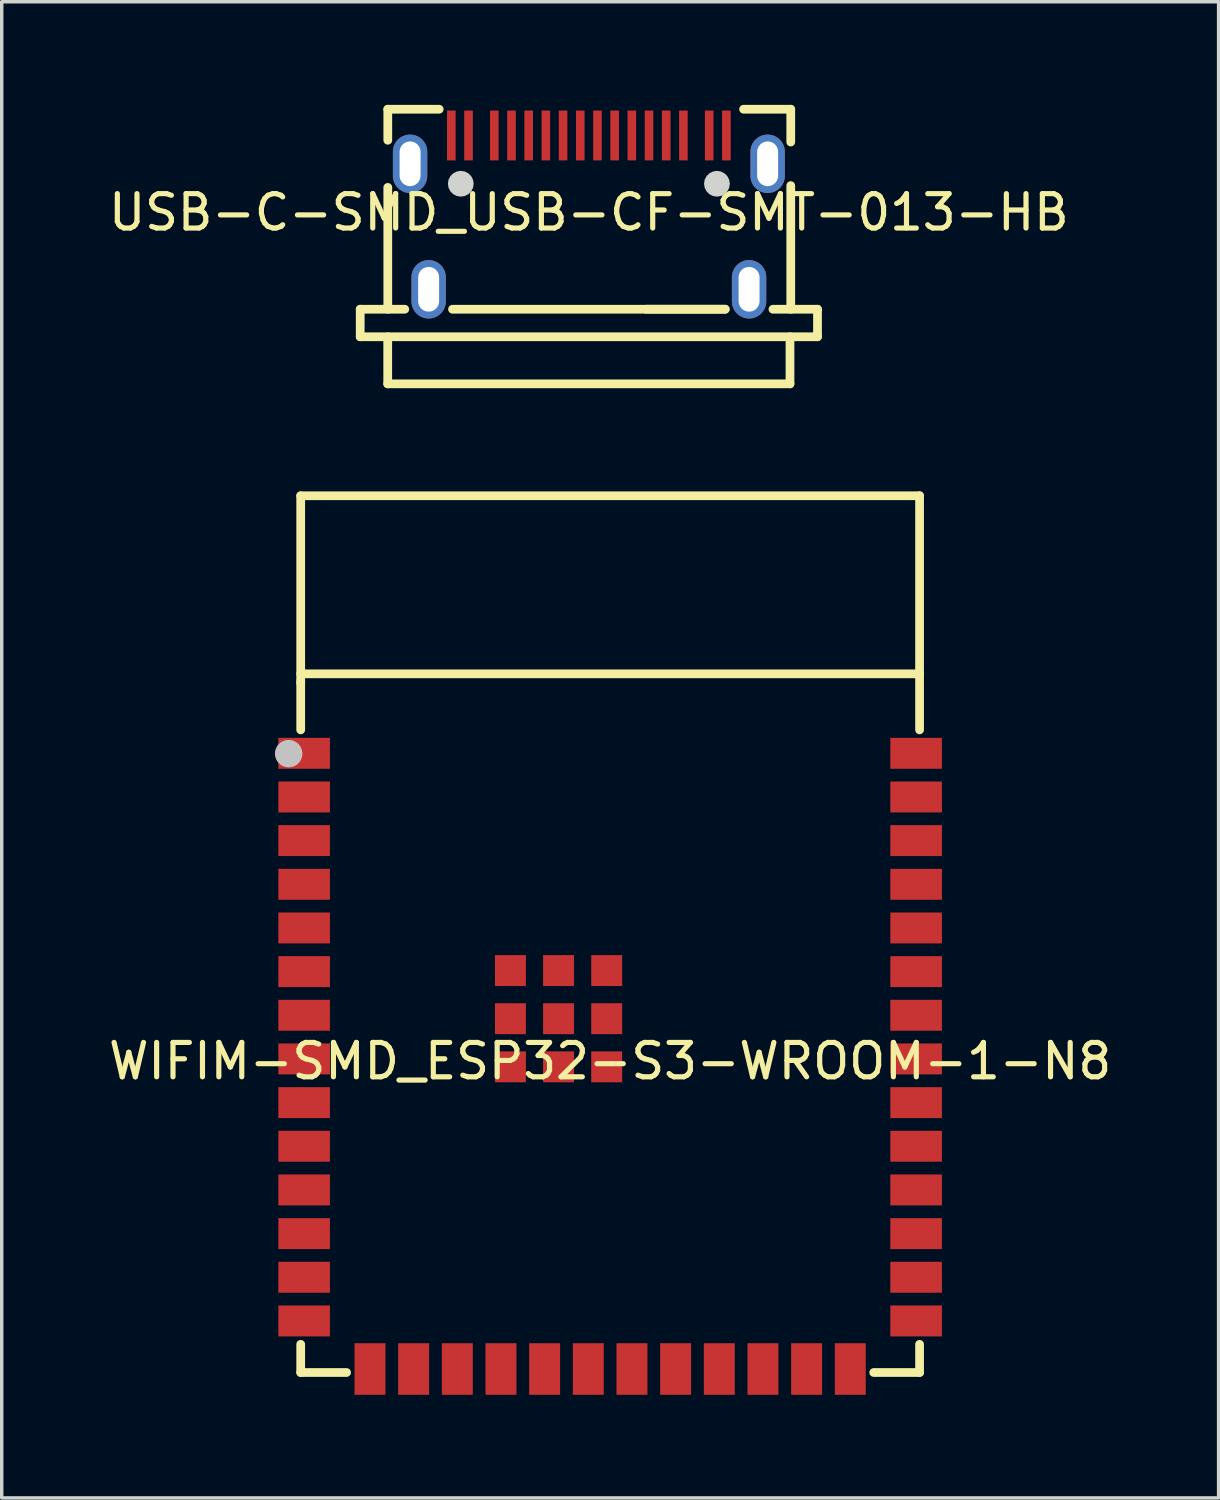
<source format=kicad_pcb>
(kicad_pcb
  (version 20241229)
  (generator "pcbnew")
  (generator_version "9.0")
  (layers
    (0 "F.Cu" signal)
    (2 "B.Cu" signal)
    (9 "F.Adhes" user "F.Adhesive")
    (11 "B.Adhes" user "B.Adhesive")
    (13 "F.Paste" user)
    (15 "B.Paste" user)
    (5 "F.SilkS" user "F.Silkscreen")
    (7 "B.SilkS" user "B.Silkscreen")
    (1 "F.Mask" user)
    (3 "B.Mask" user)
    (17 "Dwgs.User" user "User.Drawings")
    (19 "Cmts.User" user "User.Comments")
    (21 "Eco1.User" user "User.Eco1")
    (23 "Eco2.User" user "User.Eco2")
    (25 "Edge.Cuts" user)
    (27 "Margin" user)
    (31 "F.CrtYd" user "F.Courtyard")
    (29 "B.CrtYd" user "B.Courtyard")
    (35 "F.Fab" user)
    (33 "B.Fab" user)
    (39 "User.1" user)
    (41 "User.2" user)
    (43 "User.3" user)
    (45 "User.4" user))
  (footprint "WIFIM-SMD_ESP32-S3-WROOM-1-N8"
    (layer "F.Cu")
    (at 14.696 27.814)
    (property "Reference" "WIFIM-SMD_ESP32-S3-WROOM-1-N8" (at 0 0 0) (layer "F.SilkS") (effects (font (size 1 1) (thickness 0.15))))
    (fp_line (start -9 -16.445) (end 9 -16.445) (stroke (width 0.254) (type default)) (layer "F.SilkS"))
    (fp_line (start -9 -11.265) (end 9 -11.265) (stroke (width 0.254) (type default)) (layer "F.SilkS"))
    (fp_line (start -9 -10.995) (end -9 -16.445) (stroke (width 0.254) (type default)) (layer "F.SilkS"))
    (fp_line (start -9 -9.636) (end -9 -11.045) (stroke (width 0.254) (type default)) (layer "F.SilkS"))
    (fp_line (start -9 9.055) (end -9 8.236) (stroke (width 0.254) (type default)) (layer "F.SilkS"))
    (fp_line (start -7.666 9.055) (end -9 9.055) (stroke (width 0.254) (type default)) (layer "F.SilkS"))
    (fp_line (start 9 -16.445) (end 9 -9.636) (stroke (width 0.254) (type default)) (layer "F.SilkS"))
    (fp_line (start 9 8.236) (end 9 9.055) (stroke (width 0.254) (type default)) (layer "F.SilkS"))
    (fp_line (start 9 9.055) (end 7.666 9.055) (stroke (width 0.254) (type default)) (layer "F.SilkS"))
    (fp_circle (center -9.35 -8.945) (end -9.15 -8.945) (stroke (width 0.4) (type default)) (fill no) (layer "Dwgs.User"))
    (fp_poly (pts (xy -9 -8.505) (xy -9 -9.405) (xy -8.15 -9.405) (xy -8.15 -8.505)) (stroke (width 0.1) (type default)) (fill no) (layer "User.1"))
    (fp_poly (pts (xy -9 -7.234) (xy -9 -8.134) (xy -8.15 -8.134) (xy -8.15 -7.234)) (stroke (width 0.1) (type default)) (fill no) (layer "User.1"))
    (fp_poly (pts (xy -9 -5.965) (xy -9 -6.864) (xy -8.15 -6.864) (xy -8.15 -5.965)) (stroke (width 0.1) (type default)) (fill no) (layer "User.1"))
    (fp_poly (pts (xy -9 -4.694) (xy -9 -5.595) (xy -8.15 -5.595) (xy -8.15 -4.694)) (stroke (width 0.1) (type default)) (fill no) (layer "User.1"))
    (fp_poly (pts (xy -9 -3.425) (xy -9 -4.324) (xy -8.15 -4.324) (xy -8.15 -3.425)) (stroke (width 0.1) (type default)) (fill no) (layer "User.1"))
    (fp_poly (pts (xy -9 -2.155) (xy -9 -3.054) (xy -8.15 -3.054) (xy -8.15 -2.155)) (stroke (width 0.1) (type default)) (fill no) (layer "User.1"))
    (fp_poly (pts (xy -9 -0.884) (xy -9 -1.784) (xy -8.15 -1.784) (xy -8.15 -0.884)) (stroke (width 0.1) (type default)) (fill no) (layer "User.1"))
    (fp_poly (pts (xy -9 0.386) (xy -9 -0.514) (xy -8.15 -0.514) (xy -8.15 0.386)) (stroke (width 0.1) (type default)) (fill no) (layer "User.1"))
    (fp_poly (pts (xy -9 1.655) (xy -9 0.755) (xy -8.15 0.755) (xy -8.15 1.655)) (stroke (width 0.1) (type default)) (fill no) (layer "User.1"))
    (fp_poly (pts (xy -9 2.925) (xy -9 2.026) (xy -8.15 2.026) (xy -8.15 2.925)) (stroke (width 0.1) (type default)) (fill no) (layer "User.1"))
    (fp_poly (pts (xy -9 4.196) (xy -9 3.296) (xy -8.15 3.296) (xy -8.15 4.196)) (stroke (width 0.1) (type default)) (fill no) (layer "User.1"))
    (fp_poly (pts (xy -9 5.465) (xy -9 4.566) (xy -8.15 4.566) (xy -8.15 5.465)) (stroke (width 0.1) (type default)) (fill no) (layer "User.1"))
    (fp_poly (pts (xy -9 6.736) (xy -9 5.835) (xy -8.15 5.835) (xy -8.15 6.736)) (stroke (width 0.1) (type default)) (fill no) (layer "User.1"))
    (fp_poly (pts (xy -9 8.005) (xy -9 7.106) (xy -8.15 7.106) (xy -8.15 8.005)) (stroke (width 0.1) (type default)) (fill no) (layer "User.1"))
    (fp_poly (pts (xy -7.435 9.055) (xy -7.435 8.205) (xy -6.535 8.205) (xy -6.535 9.055)) (stroke (width 0.1) (type default)) (fill no) (layer "User.1"))
    (fp_poly (pts (xy -6.165 9.055) (xy -6.165 8.205) (xy -5.265 8.205) (xy -5.265 9.055)) (stroke (width 0.1) (type default)) (fill no) (layer "User.1"))
    (fp_poly (pts (xy -4.895 9.055) (xy -4.895 8.205) (xy -3.995 8.205) (xy -3.995 9.055)) (stroke (width 0.1) (type default)) (fill no) (layer "User.1"))
    (fp_poly (pts (xy -3.625 9.055) (xy -3.625 8.205) (xy -2.725 8.205) (xy -2.725 9.055)) (stroke (width 0.1) (type default)) (fill no) (layer "User.1"))
    (fp_poly (pts (xy -3.349 -2.185) (xy -3.349 -3.085) (xy -2.45 -3.085) (xy -2.45 -2.185)) (stroke (width 0.1) (type default)) (fill no) (layer "User.1"))
    (fp_poly (pts (xy -3.349 -0.785) (xy -3.349 -1.685) (xy -2.45 -1.685) (xy -2.45 -0.785)) (stroke (width 0.1) (type default)) (fill no) (layer "User.1"))
    (fp_poly (pts (xy -3.349 0.615) (xy -3.349 -0.285) (xy -2.45 -0.285) (xy -2.45 0.615)) (stroke (width 0.1) (type default)) (fill no) (layer "User.1"))
    (fp_poly (pts (xy -2.355 9.055) (xy -2.355 8.205) (xy -1.455 8.205) (xy -1.455 9.055)) (stroke (width 0.1) (type default)) (fill no) (layer "User.1"))
    (fp_poly (pts (xy -1.95 -2.185) (xy -1.95 -3.085) (xy -1.05 -3.085) (xy -1.05 -2.185)) (stroke (width 0.1) (type default)) (fill no) (layer "User.1"))
    (fp_poly (pts (xy -1.95 -0.785) (xy -1.95 -1.685) (xy -1.05 -1.685) (xy -1.05 -0.785)) (stroke (width 0.1) (type default)) (fill no) (layer "User.1"))
    (fp_poly (pts (xy -1.95 0.615) (xy -1.95 -0.285) (xy -1.05 -0.285) (xy -1.05 0.615)) (stroke (width 0.1) (type default)) (fill no) (layer "User.1"))
    (fp_poly (pts (xy -1.085 9.055) (xy -1.085 8.205) (xy -0.185 8.205) (xy -0.185 9.055)) (stroke (width 0.1) (type default)) (fill no) (layer "User.1"))
    (fp_poly (pts (xy -0.549 -2.185) (xy -0.549 -3.085) (xy 0.35 -3.085) (xy 0.35 -2.185)) (stroke (width 0.1) (type default)) (fill no) (layer "User.1"))
    (fp_poly (pts (xy -0.549 -0.785) (xy -0.549 -1.685) (xy 0.35 -1.685) (xy 0.35 -0.785)) (stroke (width 0.1) (type default)) (fill no) (layer "User.1"))
    (fp_poly (pts (xy -0.549 0.615) (xy -0.549 -0.285) (xy 0.35 -0.285) (xy 0.35 0.615)) (stroke (width 0.1) (type default)) (fill no) (layer "User.1"))
    (fp_poly (pts (xy 0.185 9.055) (xy 0.185 8.205) (xy 1.085 8.205) (xy 1.085 9.055)) (stroke (width 0.1) (type default)) (fill no) (layer "User.1"))
    (fp_poly (pts (xy 1.455 9.055) (xy 1.455 8.205) (xy 2.355 8.205) (xy 2.355 9.055)) (stroke (width 0.1) (type default)) (fill no) (layer "User.1"))
    (fp_poly (pts (xy 2.725 9.055) (xy 2.725 8.205) (xy 3.625 8.205) (xy 3.625 9.055)) (stroke (width 0.1) (type default)) (fill no) (layer "User.1"))
    (fp_poly (pts (xy 3.995 9.055) (xy 3.995 8.205) (xy 4.895 8.205) (xy 4.895 9.055)) (stroke (width 0.1) (type default)) (fill no) (layer "User.1"))
    (fp_poly (pts (xy 5.265 9.055) (xy 5.265 8.205) (xy 6.165 8.205) (xy 6.165 9.055)) (stroke (width 0.1) (type default)) (fill no) (layer "User.1"))
    (fp_poly (pts (xy 6.535 9.055) (xy 6.535 8.205) (xy 7.435 8.205) (xy 7.435 9.055)) (stroke (width 0.1) (type default)) (fill no) (layer "User.1"))
    (fp_poly (pts (xy 8.15 -8.505) (xy 8.15 -9.405) (xy 9 -9.405) (xy 9 -8.505)) (stroke (width 0.1) (type default)) (fill no) (layer "User.1"))
    (fp_poly (pts (xy 8.15 -7.234) (xy 8.15 -8.134) (xy 9 -8.134) (xy 9 -7.234)) (stroke (width 0.1) (type default)) (fill no) (layer "User.1"))
    (fp_poly (pts (xy 8.15 -5.965) (xy 8.15 -6.864) (xy 9 -6.864) (xy 9 -5.965)) (stroke (width 0.1) (type default)) (fill no) (layer "User.1"))
    (fp_poly (pts (xy 8.15 -4.694) (xy 8.15 -5.595) (xy 9 -5.595) (xy 9 -4.694)) (stroke (width 0.1) (type default)) (fill no) (layer "User.1"))
    (fp_poly (pts (xy 8.15 -3.425) (xy 8.15 -4.324) (xy 9 -4.324) (xy 9 -3.425)) (stroke (width 0.1) (type default)) (fill no) (layer "User.1"))
    (fp_poly (pts (xy 8.15 -2.155) (xy 8.15 -3.054) (xy 9 -3.054) (xy 9 -2.155)) (stroke (width 0.1) (type default)) (fill no) (layer "User.1"))
    (fp_poly (pts (xy 8.15 -0.884) (xy 8.15 -1.784) (xy 9 -1.784) (xy 9 -0.884)) (stroke (width 0.1) (type default)) (fill no) (layer "User.1"))
    (fp_poly (pts (xy 8.15 0.386) (xy 8.15 -0.514) (xy 9 -0.514) (xy 9 0.386)) (stroke (width 0.1) (type default)) (fill no) (layer "User.1"))
    (fp_poly (pts (xy 8.15 1.655) (xy 8.15 0.755) (xy 9 0.755) (xy 9 1.655)) (stroke (width 0.1) (type default)) (fill no) (layer "User.1"))
    (fp_poly (pts (xy 8.15 2.925) (xy 8.15 2.026) (xy 9 2.026) (xy 9 2.925)) (stroke (width 0.1) (type default)) (fill no) (layer "User.1"))
    (fp_poly (pts (xy 8.15 4.196) (xy 8.15 3.296) (xy 9 3.296) (xy 9 4.196)) (stroke (width 0.1) (type default)) (fill no) (layer "User.1"))
    (fp_poly (pts (xy 8.15 5.465) (xy 8.15 4.566) (xy 9 4.566) (xy 9 5.465)) (stroke (width 0.1) (type default)) (fill no) (layer "User.1"))
    (fp_poly (pts (xy 8.15 6.736) (xy 8.15 5.835) (xy 9 5.835) (xy 9 6.736)) (stroke (width 0.1) (type default)) (fill no) (layer "User.1"))
    (fp_poly (pts (xy 8.15 8.005) (xy 8.15 7.106) (xy 9 7.106) (xy 9 8.005)) (stroke (width 0.1) (type default)) (fill no) (layer "User.1"))
    (fp_line (start -9 -16.445) (end 9 -16.445) (stroke (width 0.051) (type default)) (layer "User.2"))
    (fp_line (start -9 9.055) (end -9 -16.445) (stroke (width 0.051) (type default)) (layer "User.2"))
    (fp_line (start 9 -16.445) (end 9 9.055) (stroke (width 0.051) (type default)) (layer "User.2"))
    (fp_line (start 9 9.055) (end -9 9.055) (stroke (width 0.051) (type default)) (layer "User.2"))
    (fp_poly (pts (xy -8.94 -16.445) (xy -8.958 -16.488) (xy -9 -16.506) (xy -9.042 -16.488) (xy -9.06 -16.445) (xy -9.042 -16.403) (xy -9 -16.386) (xy -8.958 -16.403)) (stroke (width 0.1) (type default)) (fill no) (layer "User.3"))
    (pad "1" smd rect (at -8.9 -8.954) (size 1.5 0.9) (layers "F.Cu" "F.Mask" "F.Paste"))
    (pad "2" smd rect (at -8.9 -7.684) (size 1.5 0.9) (layers "F.Cu" "F.Mask" "F.Paste"))
    (pad "3" smd rect (at -8.9 -6.415) (size 1.5 0.9) (layers "F.Cu" "F.Mask" "F.Paste"))
    (pad "4" smd rect (at -8.9 -5.144) (size 1.5 0.9) (layers "F.Cu" "F.Mask" "F.Paste"))
    (pad "5" smd rect (at -8.9 -3.874) (size 1.5 0.9) (layers "F.Cu" "F.Mask" "F.Paste"))
    (pad "6" smd rect (at -8.9 -2.604) (size 1.5 0.9) (layers "F.Cu" "F.Mask" "F.Paste"))
    (pad "7" smd rect (at -8.9 -1.335) (size 1.5 0.9) (layers "F.Cu" "F.Mask" "F.Paste"))
    (pad "8" smd rect (at -8.9 -0.065) (size 1.5 0.9) (layers "F.Cu" "F.Mask" "F.Paste"))
    (pad "9" smd rect (at -8.9 1.206) (size 1.5 0.9) (layers "F.Cu" "F.Mask" "F.Paste"))
    (pad "10" smd rect (at -8.9 2.475) (size 1.5 0.9) (layers "F.Cu" "F.Mask" "F.Paste"))
    (pad "11" smd rect (at -8.9 3.745) (size 1.5 0.9) (layers "F.Cu" "F.Mask" "F.Paste"))
    (pad "12" smd rect (at -8.9 5.016) (size 1.5 0.9) (layers "F.Cu" "F.Mask" "F.Paste"))
    (pad "13" smd rect (at -8.9 6.285) (size 1.5 0.9) (layers "F.Cu" "F.Mask" "F.Paste"))
    (pad "14" smd rect (at -8.9 7.556) (size 1.5 0.9) (layers "F.Cu" "F.Mask" "F.Paste"))
    (pad "15" smd rect (at -6.985 8.954) (size 0.9 1.5) (layers "F.Cu" "F.Mask" "F.Paste"))
    (pad "16" smd rect (at -5.715 8.954) (size 0.9 1.5) (layers "F.Cu" "F.Mask" "F.Paste"))
    (pad "17" smd rect (at -4.445 8.954) (size 0.9 1.5) (layers "F.Cu" "F.Mask" "F.Paste"))
    (pad "18" smd rect (at -3.175 8.954) (size 0.9 1.5) (layers "F.Cu" "F.Mask" "F.Paste"))
    (pad "19" smd rect (at -1.905 8.954) (size 0.9 1.5) (layers "F.Cu" "F.Mask" "F.Paste"))
    (pad "20" smd rect (at -0.635 8.954) (size 0.9 1.5) (layers "F.Cu" "F.Mask" "F.Paste"))
    (pad "21" smd rect (at 0.635 8.954) (size 0.9 1.5) (layers "F.Cu" "F.Mask" "F.Paste"))
    (pad "22" smd rect (at 1.905 8.954) (size 0.9 1.5) (layers "F.Cu" "F.Mask" "F.Paste"))
    (pad "23" smd rect (at 3.175 8.954) (size 0.9 1.5) (layers "F.Cu" "F.Mask" "F.Paste"))
    (pad "24" smd rect (at 4.445 8.954) (size 0.9 1.5) (layers "F.Cu" "F.Mask" "F.Paste"))
    (pad "25" smd rect (at 5.715 8.954) (size 0.9 1.5) (layers "F.Cu" "F.Mask" "F.Paste"))
    (pad "26" smd rect (at 6.985 8.954) (size 0.9 1.5) (layers "F.Cu" "F.Mask" "F.Paste"))
    (pad "27" smd rect (at 8.9 7.556) (size 1.5 0.9) (layers "F.Cu" "F.Mask" "F.Paste"))
    (pad "28" smd rect (at 8.9 6.285) (size 1.5 0.9) (layers "F.Cu" "F.Mask" "F.Paste"))
    (pad "29" smd rect (at 8.9 5.016) (size 1.5 0.9) (layers "F.Cu" "F.Mask" "F.Paste"))
    (pad "30" smd rect (at 8.9 3.745) (size 1.5 0.9) (layers "F.Cu" "F.Mask" "F.Paste"))
    (pad "31" smd rect (at 8.9 2.475) (size 1.5 0.9) (layers "F.Cu" "F.Mask" "F.Paste"))
    (pad "32" smd rect (at 8.9 1.206) (size 1.5 0.9) (layers "F.Cu" "F.Mask" "F.Paste"))
    (pad "33" smd rect (at 8.9 -0.065) (size 1.5 0.9) (layers "F.Cu" "F.Mask" "F.Paste"))
    (pad "34" smd rect (at 8.9 -1.335) (size 1.5 0.9) (layers "F.Cu" "F.Mask" "F.Paste"))
    (pad "35" smd rect (at 8.9 -2.604) (size 1.5 0.9) (layers "F.Cu" "F.Mask" "F.Paste"))
    (pad "36" smd rect (at 8.9 -3.874) (size 1.5 0.9) (layers "F.Cu" "F.Mask" "F.Paste"))
    (pad "37" smd rect (at 8.9 -5.144) (size 1.5 0.9) (layers "F.Cu" "F.Mask" "F.Paste"))
    (pad "38" smd rect (at 8.9 -6.415) (size 1.5 0.9) (layers "F.Cu" "F.Mask" "F.Paste"))
    (pad "39" smd rect (at 8.9 -7.684) (size 1.5 0.9) (layers "F.Cu" "F.Mask" "F.Paste"))
    (pad "40" smd rect (at 8.9 -8.954) (size 1.5 0.9) (layers "F.Cu" "F.Mask" "F.Paste"))
    (pad "41" smd rect (at -2.9 -2.635 90) (size 0.9 0.9) (layers "F.Cu" "F.Mask" "F.Paste"))
    (pad "41" smd rect (at -2.9 -1.235 90) (size 0.9 0.9) (layers "F.Cu" "F.Mask" "F.Paste"))
    (pad "41" smd rect (at -2.9 0.165 90) (size 0.9 0.9) (layers "F.Cu" "F.Mask" "F.Paste"))
    (pad "41" smd rect (at -1.5 -2.635 90) (size 0.9 0.9) (layers "F.Cu" "F.Mask" "F.Paste"))
    (pad "41" smd rect (at -1.5 -1.235 90) (size 0.9 0.9) (layers "F.Cu" "F.Mask" "F.Paste"))
    (pad "41" smd rect (at -1.5 0.165 90) (size 0.9 0.9) (layers "F.Cu" "F.Mask" "F.Paste"))
    (pad "41" smd rect (at -0.1 -2.635 90) (size 0.9 0.9) (layers "F.Cu" "F.Mask" "F.Paste"))
    (pad "41" smd rect (at -0.1 -1.235 90) (size 0.9 0.9) (layers "F.Cu" "F.Mask" "F.Paste"))
    (pad "41" smd rect (at -0.1 0.165 90) (size 0.9 0.9) (layers "F.Cu" "F.Mask" "F.Paste")))
  (footprint "USB-C-SMD_USB-CF-SMT-013-HB"
    (layer "F.Cu")
    (at 14.077 3.127)
    (property "Reference" "USB-C-SMD_USB-CF-SMT-013-HB" (at 0 0 0) (layer "F.SilkS") (effects (font (size 1 1) (thickness 0.15))))
    (fp_line (start -6.65 2.817) (end -5.354 2.817) (stroke (width 0.254) (type default)) (layer "F.SilkS"))
    (fp_line (start -6.65 3.618) (end -6.65 2.817) (stroke (width 0.254) (type default)) (layer "F.SilkS"))
    (fp_line (start -5.85 4.987) (end -5.85 3.618) (stroke (width 0.254) (type default)) (layer "F.SilkS"))
    (fp_line (start -5.848 -3) (end -4.353 -3) (stroke (width 0.254) (type default)) (layer "F.SilkS"))
    (fp_line (start -5.848 -2.098) (end -5.848 -3) (stroke (width 0.254) (type default)) (layer "F.SilkS"))
    (fp_line (start -5.848 2.817) (end -5.848 -0.727) (stroke (width 0.254) (type default)) (layer "F.SilkS"))
    (fp_line (start -3.966 2.817) (end 3.966 2.817) (stroke (width 0.254) (type default)) (layer "F.SilkS"))
    (fp_line (start 3.966 2.817) (end 1.66 2.817) (stroke (width 0.254) (type default)) (layer "F.SilkS"))
    (fp_line (start 5.85 4.987) (end -5.85 4.987) (stroke (width 0.254) (type default)) (layer "F.SilkS"))
    (fp_line (start 5.85 4.987) (end 5.85 3.618) (stroke (width 0.254) (type default)) (layer "F.SilkS"))
    (fp_line (start 5.872 -3) (end 4.5 -3) (stroke (width 0.254) (type default)) (layer "F.SilkS"))
    (fp_line (start 5.872 -2.046) (end 5.872 -3) (stroke (width 0.254) (type default)) (layer "F.SilkS"))
    (fp_line (start 5.872 2.817) (end 5.872 -0.779) (stroke (width 0.254) (type default)) (layer "F.SilkS"))
    (fp_line (start 6.65 2.817) (end 5.354 2.817) (stroke (width 0.254) (type default)) (layer "F.SilkS"))
    (fp_line (start 6.65 3.618) (end -6.65 3.618) (stroke (width 0.254) (type default)) (layer "F.SilkS"))
    (fp_line (start 6.65 3.618) (end 6.65 2.817) (stroke (width 0.254) (type default)) (layer "F.SilkS"))
    (fp_poly (pts (xy -3.35 -0.833) (xy -3.368 -0.948) (xy -3.422 -1.053) (xy -3.505 -1.136) (xy -3.609 -1.189) (xy -3.725 -1.208) (xy -3.841 -1.189) (xy -3.945 -1.136) (xy -4.028 -1.053) (xy -4.082 -0.948) (xy -4.1 -0.833) (xy -4.082 -0.717) (xy -4.028 -0.612) (xy -3.945 -0.529) (xy -3.841 -0.476) (xy -3.725 -0.458) (xy -3.609 -0.476) (xy -3.505 -0.529) (xy -3.422 -0.612) (xy -3.368 -0.717)) (stroke (width 0) (type default)) (fill yes) (layer "Edge.Cuts"))
    (fp_poly (pts (xy 4.1 -0.833) (xy 4.082 -0.948) (xy 4.028 -1.053) (xy 3.945 -1.136) (xy 3.841 -1.189) (xy 3.725 -1.208) (xy 3.609 -1.189) (xy 3.505 -1.136) (xy 3.422 -1.053) (xy 3.368 -0.948) (xy 3.35 -0.833) (xy 3.368 -0.717) (xy 3.422 -0.612) (xy 3.505 -0.529) (xy 3.609 -0.476) (xy 3.725 -0.458) (xy 3.841 -0.476) (xy 3.945 -0.529) (xy 4.028 -0.612) (xy 4.082 -0.717)) (stroke (width 0) (type default)) (fill yes) (layer "Edge.Cuts"))
    (pad "2" thru_hole oval (at -5.2 -1.413) (size 1 1.7) (drill oval 0.61 1.3) (layers "*.Cu" "*.Mask"))
    (pad "3" thru_hole oval (at -4.66 2.237) (size 1 1.7) (drill oval 0.61 1.3) (layers "*.Cu" "*.Mask"))
    (pad "4" thru_hole oval (at 4.66 2.237) (size 1 1.7) (drill oval 0.61 1.3) (layers "*.Cu" "*.Mask"))
    (pad "5" thru_hole oval (at 5.2 -1.413) (size 1 1.7) (drill oval 0.61 1.3) (layers "*.Cu" "*.Mask"))
    (pad "A1" smd rect (at -4 -2.237) (size 0.25 1.45) (layers "F.Cu" "F.Mask" "F.Paste"))
    (pad "A4" smd rect (at -2.25 -2.237) (size 0.25 1.45) (layers "F.Cu" "F.Mask" "F.Paste"))
    (pad "A5" smd rect (at -1.25 -2.237) (size 0.25 1.45) (layers "F.Cu" "F.Mask" "F.Paste"))
    (pad "A6" smd rect (at -0.75 -2.237) (size 0.25 1.45) (layers "F.Cu" "F.Mask" "F.Paste"))
    (pad "A7" smd rect (at -0.25 -2.237) (size 0.25 1.45) (layers "F.Cu" "F.Mask" "F.Paste"))
    (pad "A8" smd rect (at 1.75 -2.237) (size 0.25 1.45) (layers "F.Cu" "F.Mask" "F.Paste"))
    (pad "A9" smd rect (at 2.75 -2.237) (size 0.25 1.45) (layers "F.Cu" "F.Mask" "F.Paste"))
    (pad "A12" smd rect (at 4 -2.237) (size 0.25 1.45) (layers "F.Cu" "F.Mask" "F.Paste"))
    (pad "B1" smd rect (at 3.5 -2.237) (size 0.25 1.45) (layers "F.Cu" "F.Mask" "F.Paste"))
    (pad "B4" smd rect (at 2.25 -2.237) (size 0.25 1.45) (layers "F.Cu" "F.Mask" "F.Paste"))
    (pad "B5" smd rect (at 1.25 -2.237) (size 0.25 1.45) (layers "F.Cu" "F.Mask" "F.Paste"))
    (pad "B6" smd rect (at 0.75 -2.237) (size 0.25 1.45) (layers "F.Cu" "F.Mask" "F.Paste"))
    (pad "B7" smd rect (at 0.25 -2.237) (size 0.25 1.45) (layers "F.Cu" "F.Mask" "F.Paste"))
    (pad "B8" smd rect (at -1.75 -2.237) (size 0.25 1.45) (layers "F.Cu" "F.Mask" "F.Paste"))
    (pad "B9" smd rect (at -2.75 -2.237) (size 0.25 1.45) (layers "F.Cu" "F.Mask" "F.Paste"))
    (pad "B12" smd rect (at -3.5 -2.237) (size 0.25 1.45) (layers "F.Cu" "F.Mask" "F.Paste")))
  (gr_rect
    (start -3 -3)
    (end 32.393 40.518)
    (stroke (width 0.1) (type default))
    (fill no)
    (layer "Edge.Cuts")))
</source>
